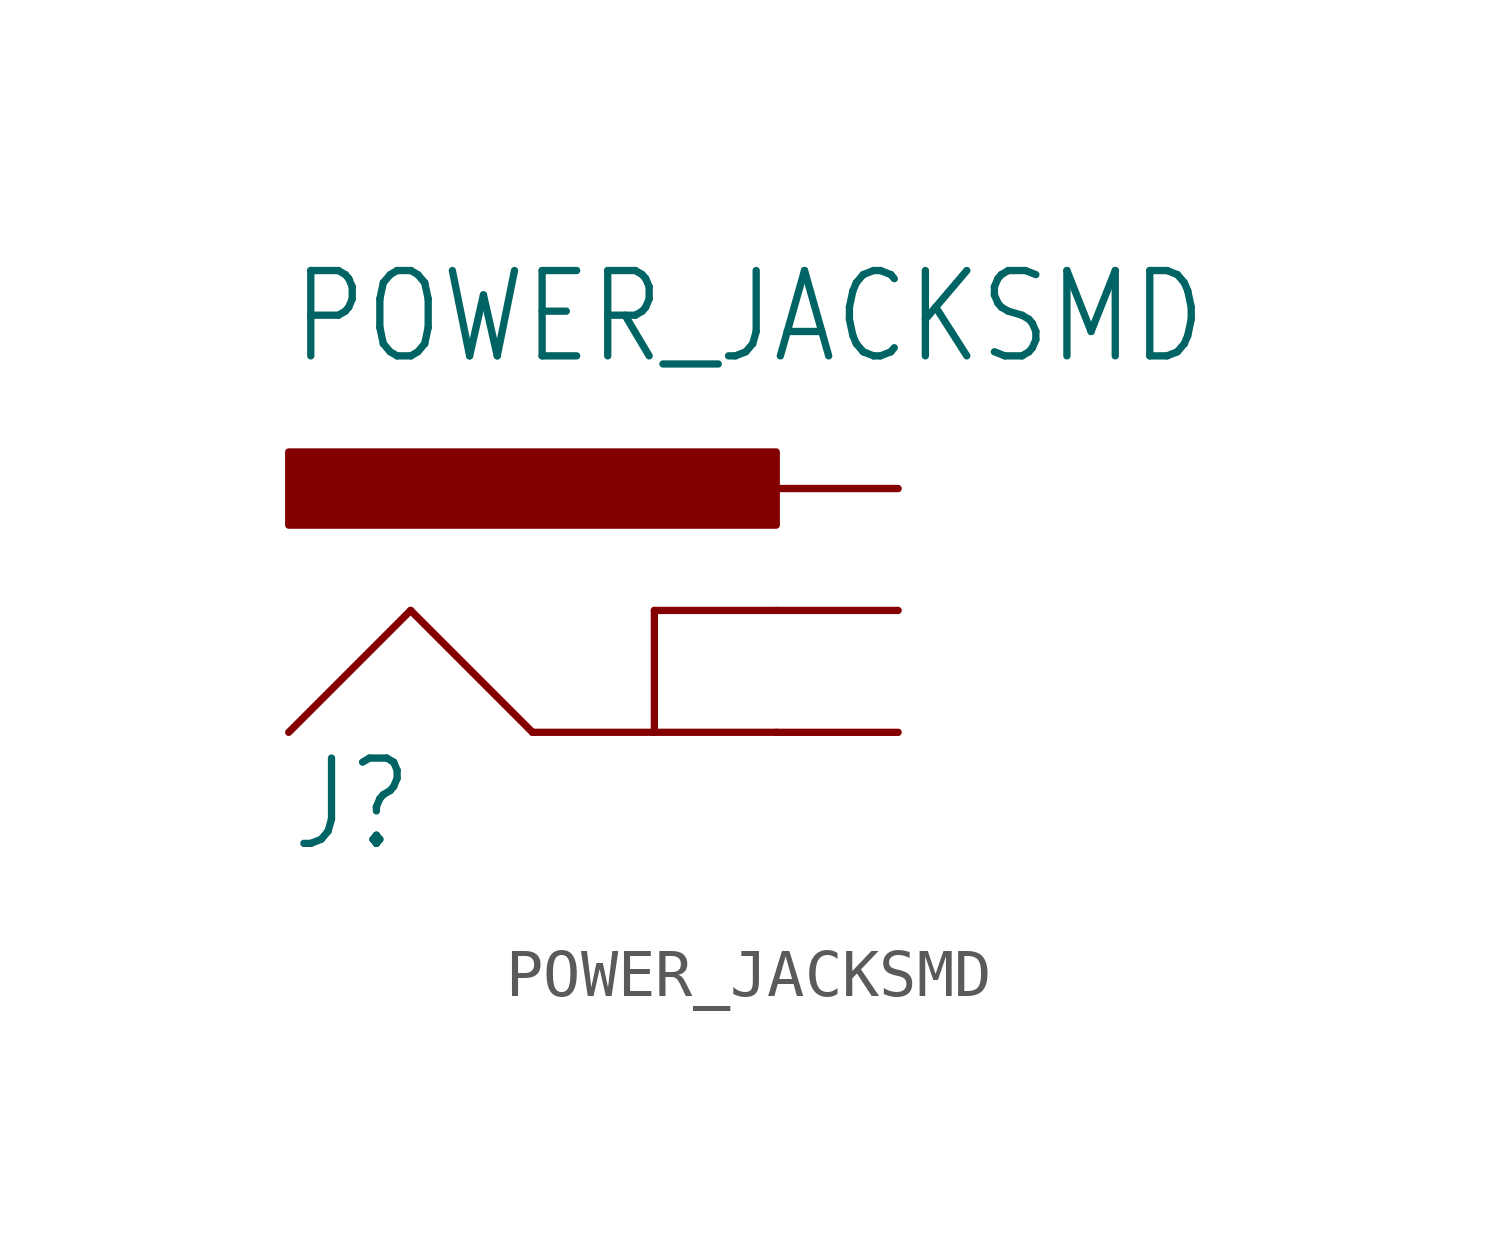
<source format=kicad_sym>
(kicad_symbol_lib
  (version 20201005)
  (generator kicad_symbol_editor)
  (symbol "POWER_JACKSMD"
    (property "Reference" "J"
      (at -10.16 0 0)
      (effects (font (size 1.778 1.511)) (justify left bottom)))
    (property "Value" "POWER_JACKSMD"
      (at -10.16 10.16 0)
      (effects (font (size 1.778 1.511)) (justify left bottom)))
    (property "ki_locked" ""
      (at 0 0 0)
      (effects (font (size 1.27 1.27))))
    (symbol "POWER_JACKSMD_1_0"
      (rectangle (start -10.16 6.858) (end 0 8.382) (stroke (width 0)) (fill (type outline)))
      (polyline (pts (xy -10.16 2.54) (xy -7.62 5.08)) (stroke (width 0.152)) (fill (type none)))
      (polyline (pts (xy -7.62 5.08) (xy -5.08 2.54)) (stroke (width 0.152)) (fill (type none)))
      (polyline (pts (xy -5.08 2.54) (xy -2.54 2.54)) (stroke (width 0.152)) (fill (type none)))
      (polyline (pts (xy -2.54 2.54) (xy 0 2.54)) (stroke (width 0.152)) (fill (type none)))
      (polyline (pts (xy -2.54 2.54) (xy -2.54 5.08)) (stroke (width 0.152)) (fill (type none)))
      (polyline (pts (xy -2.54 5.08) (xy 0 5.08)) (stroke (width 0.152)) (fill (type none)))
      (pin bidirectional line (at 2.54 5.08 180) (length 2.54) (name "GNDBREAK" (effects (font (size 0 0)))) (number "GND" (effects (font (size 0 0)))))
      (pin bidirectional line (at 2.54 2.54 180) (length 2.54) (name "GND" (effects (font (size 0 0)))) (number "P$4" (effects (font (size 0 0)))))
      (pin bidirectional line (at 2.54 7.62 180) (length 2.54) (name "PWR" (effects (font (size 0 0)))) (number "VIN0" (effects (font (size 0 0))))))))
</source>
